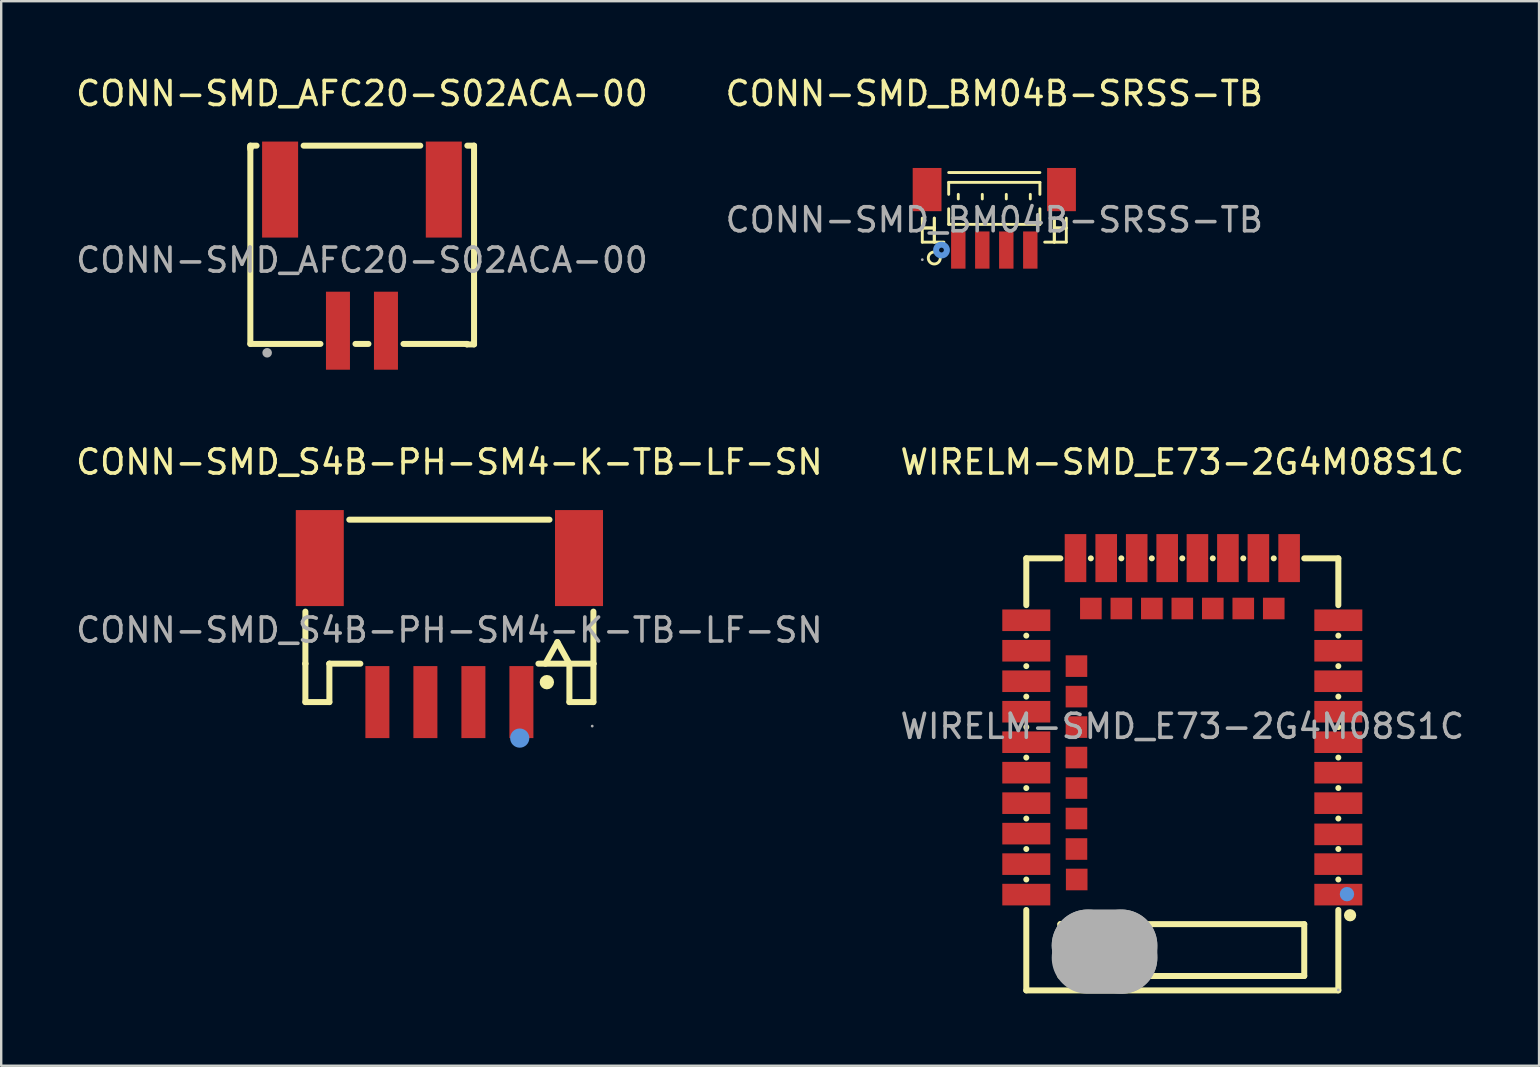
<source format=kicad_pcb>
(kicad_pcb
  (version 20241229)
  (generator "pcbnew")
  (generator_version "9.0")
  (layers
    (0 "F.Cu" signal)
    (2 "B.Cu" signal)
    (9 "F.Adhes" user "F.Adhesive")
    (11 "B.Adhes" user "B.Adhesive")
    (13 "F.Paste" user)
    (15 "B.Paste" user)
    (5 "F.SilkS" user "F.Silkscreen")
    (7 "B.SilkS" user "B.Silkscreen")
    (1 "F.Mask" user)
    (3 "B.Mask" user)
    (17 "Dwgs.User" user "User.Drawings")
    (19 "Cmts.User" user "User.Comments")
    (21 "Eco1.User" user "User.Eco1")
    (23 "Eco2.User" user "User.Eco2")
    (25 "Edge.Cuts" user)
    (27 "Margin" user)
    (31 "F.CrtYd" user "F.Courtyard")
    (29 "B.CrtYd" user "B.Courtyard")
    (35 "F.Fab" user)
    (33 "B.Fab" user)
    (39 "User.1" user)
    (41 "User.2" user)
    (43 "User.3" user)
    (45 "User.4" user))
  (footprint "WIRELM-SMD_E73-2G4M08S1C"
    (layer "F.Cu")
    (at 46.208 27.212)
    (property "Reference" "WIRELM-SMD_E73-2G4M08S1C" (at 0 -11.01 0) (layer "F.SilkS") (effects (font (size 1 1) (thickness 0.15))))
    (attr smd)
    (fp_line (start -6.5 -7) (end -6.5 -5.05) (stroke (width 0.25) (type solid)) (layer "F.SilkS"))
    (fp_line (start -6.5 -7) (end -5.08 -7) (stroke (width 0.25) (type solid)) (layer "F.SilkS"))
    (fp_line (start -6.5 -3.78) (end -6.5 -3.78) (stroke (width 0.25) (type solid)) (layer "F.SilkS"))
    (fp_line (start -6.5 -2.51) (end -6.5 -2.51) (stroke (width 0.25) (type solid)) (layer "F.SilkS"))
    (fp_line (start -6.5 -1.24) (end -6.5 -1.24) (stroke (width 0.25) (type solid)) (layer "F.SilkS"))
    (fp_line (start -6.5 0.03) (end -6.5 0.03) (stroke (width 0.25) (type solid)) (layer "F.SilkS"))
    (fp_line (start -6.5 1.3) (end -6.5 1.3) (stroke (width 0.25) (type solid)) (layer "F.SilkS"))
    (fp_line (start -6.5 2.57) (end -6.5 2.57) (stroke (width 0.25) (type solid)) (layer "F.SilkS"))
    (fp_line (start -6.5 3.84) (end -6.5 3.84) (stroke (width 0.25) (type solid)) (layer "F.SilkS"))
    (fp_line (start -6.5 5.11) (end -6.5 5.11) (stroke (width 0.25) (type solid)) (layer "F.SilkS"))
    (fp_line (start -6.5 6.38) (end -6.5 6.38) (stroke (width 0.25) (type solid)) (layer "F.SilkS"))
    (fp_line (start -6.5 7.65) (end -6.5 11) (stroke (width 0.25) (type solid)) (layer "F.SilkS"))
    (fp_line (start -5.08 8.24) (end 5.08 8.24) (stroke (width 0.25) (type solid)) (layer "F.SilkS"))
    (fp_line (start -5.08 10.4) (end -5.08 8.24) (stroke (width 0.25) (type solid)) (layer "F.SilkS"))
    (fp_line (start -3.81 -7) (end -3.81 -7) (stroke (width 0.25) (type solid)) (layer "F.SilkS"))
    (fp_line (start -2.54 -7) (end -2.54 -7) (stroke (width 0.25) (type solid)) (layer "F.SilkS"))
    (fp_line (start -1.27 -7) (end -1.27 -7) (stroke (width 0.25) (type solid)) (layer "F.SilkS"))
    (fp_line (start 0 -7) (end 0 -7) (stroke (width 0.25) (type solid)) (layer "F.SilkS"))
    (fp_line (start 1.27 -7) (end 1.27 -7) (stroke (width 0.25) (type solid)) (layer "F.SilkS"))
    (fp_line (start 2.54 -7) (end 2.54 -7) (stroke (width 0.25) (type solid)) (layer "F.SilkS"))
    (fp_line (start 3.81 -7) (end 3.81 -7) (stroke (width 0.25) (type solid)) (layer "F.SilkS"))
    (fp_line (start 5.08 -7) (end 6.5 -7) (stroke (width 0.25) (type solid)) (layer "F.SilkS"))
    (fp_line (start 5.08 8.24) (end 5.08 10.4) (stroke (width 0.25) (type solid)) (layer "F.SilkS"))
    (fp_line (start 5.08 10.4) (end -5.08 10.4) (stroke (width 0.25) (type solid)) (layer "F.SilkS"))
    (fp_line (start 6.5 -7) (end 6.5 -5.05) (stroke (width 0.25) (type solid)) (layer "F.SilkS"))
    (fp_line (start 6.5 -3.78) (end 6.5 -3.78) (stroke (width 0.25) (type solid)) (layer "F.SilkS"))
    (fp_line (start 6.5 -2.51) (end 6.5 -2.51) (stroke (width 0.25) (type solid)) (layer "F.SilkS"))
    (fp_line (start 6.5 -1.24) (end 6.5 -1.24) (stroke (width 0.25) (type solid)) (layer "F.SilkS"))
    (fp_line (start 6.5 0.03) (end 6.5 0.03) (stroke (width 0.25) (type solid)) (layer "F.SilkS"))
    (fp_line (start 6.5 1.3) (end 6.5 1.3) (stroke (width 0.25) (type solid)) (layer "F.SilkS"))
    (fp_line (start 6.5 2.57) (end 6.5 2.57) (stroke (width 0.25) (type solid)) (layer "F.SilkS"))
    (fp_line (start 6.5 3.84) (end 6.5 3.84) (stroke (width 0.25) (type solid)) (layer "F.SilkS"))
    (fp_line (start 6.5 5.11) (end 6.5 5.11) (stroke (width 0.25) (type solid)) (layer "F.SilkS"))
    (fp_line (start 6.5 6.38) (end 6.5 6.38) (stroke (width 0.25) (type solid)) (layer "F.SilkS"))
    (fp_line (start 6.5 7.65) (end 6.5 11) (stroke (width 0.25) (type solid)) (layer "F.SilkS"))
    (fp_line (start 6.5 11) (end -6.5 11) (stroke (width 0.25) (type solid)) (layer "F.SilkS"))
    (fp_circle (center 6.99 7.87) (end 7.12 7.87) (stroke (width 0.25) (type solid)) (fill no) (layer "F.SilkS"))
    (fp_circle (center 6.86 6.99) (end 7.01 6.99) (stroke (width 0.3) (type solid)) (fill no) (layer "Cmts.User"))
    (fp_line (start -3.94 9.13) (end -3.94 9.13) (stroke (width 3) (type solid)) (layer "F.Fab"))
    (fp_line (start -3.94 9.13) (end -2.54 9.13) (stroke (width 3) (type solid)) (layer "F.Fab"))
    (fp_line (start -2.54 9.13) (end -2.54 9.64) (stroke (width 3) (type solid)) (layer "F.Fab"))
    (fp_line (start -2.54 9.64) (end -3.94 9.64) (stroke (width 3) (type solid)) (layer "F.Fab"))
    (fp_circle (center 6.5 10.98) (end 6.53 10.98) (stroke (width 0.06) (type solid)) (fill no) (layer "F.Fab"))
    (fp_text user "${REFERENCE}" (at 0 0 0) (layer "F.Fab") (effects (font (size 1 1) (thickness 0.15))))
    (pad "1" smd rect (at 6.5 7.01 90) (size 0.9 2) (layers "F.Cu" "F.Mask" "F.Paste"))
    (pad "2" smd rect (at 6.5 5.74 90) (size 0.9 2) (layers "F.Cu" "F.Mask" "F.Paste"))
    (pad "3" smd rect (at 6.5 4.5 90) (size 0.9 2) (layers "F.Cu" "F.Mask" "F.Paste"))
    (pad "4" smd rect (at 6.5 3.2 90) (size 0.9 2) (layers "F.Cu" "F.Mask" "F.Paste"))
    (pad "5" smd rect (at 6.5 1.93 90) (size 0.9 2) (layers "F.Cu" "F.Mask" "F.Paste"))
    (pad "6" smd rect (at 6.5 0.66 90) (size 0.9 2) (layers "F.Cu" "F.Mask" "F.Paste"))
    (pad "7" smd rect (at 6.5 -0.61 90) (size 0.9 2) (layers "F.Cu" "F.Mask" "F.Paste"))
    (pad "8" smd rect (at 6.5 -1.88 90) (size 0.9 2) (layers "F.Cu" "F.Mask" "F.Paste"))
    (pad "9" smd rect (at 6.5 -3.15 90) (size 0.9 2) (layers "F.Cu" "F.Mask" "F.Paste"))
    (pad "10" smd rect (at 6.5 -4.42 90) (size 0.9 2) (layers "F.Cu" "F.Mask" "F.Paste"))
    (pad "11" smd rect (at 4.45 -7.01 180) (size 0.9 2) (layers "F.Cu" "F.Mask" "F.Paste"))
    (pad "12" smd rect (at 3.81 -4.91 180) (size 0.9 0.9) (layers "F.Cu" "F.Mask" "F.Paste"))
    (pad "13" smd rect (at 3.17 -7.01 180) (size 0.9 2) (layers "F.Cu" "F.Mask" "F.Paste"))
    (pad "14" smd rect (at 2.54 -4.91 180) (size 0.9 0.9) (layers "F.Cu" "F.Mask" "F.Paste"))
    (pad "15" smd rect (at 1.9 -7.01 180) (size 0.9 2) (layers "F.Cu" "F.Mask" "F.Paste"))
    (pad "16" smd rect (at 1.27 -4.91 180) (size 0.9 0.9) (layers "F.Cu" "F.Mask" "F.Paste"))
    (pad "17" smd rect (at 0.63 -7.01 180) (size 0.9 2) (layers "F.Cu" "F.Mask" "F.Paste"))
    (pad "18" smd rect (at 0 -4.91 180) (size 0.9 0.9) (layers "F.Cu" "F.Mask" "F.Paste"))
    (pad "19" smd rect (at -0.63 -7.01 180) (size 0.9 2) (layers "F.Cu" "F.Mask" "F.Paste"))
    (pad "20" smd rect (at -1.27 -4.91 180) (size 0.9 0.9) (layers "F.Cu" "F.Mask" "F.Paste"))
    (pad "21" smd rect (at -1.9 -7.01 180) (size 0.9 2) (layers "F.Cu" "F.Mask" "F.Paste"))
    (pad "22" smd rect (at -2.54 -4.91 180) (size 0.9 0.9) (layers "F.Cu" "F.Mask" "F.Paste"))
    (pad "23" smd rect (at -3.17 -7.01 180) (size 0.9 2) (layers "F.Cu" "F.Mask" "F.Paste"))
    (pad "24" smd rect (at -3.81 -4.91 180) (size 0.9 0.9) (layers "F.Cu" "F.Mask" "F.Paste"))
    (pad "25" smd rect (at -4.45 -7.01 180) (size 0.9 2) (layers "F.Cu" "F.Mask" "F.Paste"))
    (pad "26" smd rect (at -6.5 -4.42 270) (size 0.9 2) (layers "F.Cu" "F.Mask" "F.Paste"))
    (pad "27" smd rect (at -6.5 -3.15 270) (size 0.9 2) (layers "F.Cu" "F.Mask" "F.Paste"))
    (pad "28" smd rect (at -4.41 -2.51 270) (size 0.9 0.9) (layers "F.Cu" "F.Mask" "F.Paste"))
    (pad "29" smd rect (at -6.5 -1.88 270) (size 0.9 2) (layers "F.Cu" "F.Mask" "F.Paste"))
    (pad "30" smd rect (at -4.41 -1.24 270) (size 0.9 0.9) (layers "F.Cu" "F.Mask" "F.Paste"))
    (pad "31" smd rect (at -6.5 -0.61 270) (size 0.9 2) (layers "F.Cu" "F.Mask" "F.Paste"))
    (pad "32" smd rect (at -4.41 0.03 270) (size 0.9 0.9) (layers "F.Cu" "F.Mask" "F.Paste"))
    (pad "33" smd rect (at -6.5 0.66 270) (size 0.9 2) (layers "F.Cu" "F.Mask" "F.Paste"))
    (pad "34" smd rect (at -4.41 1.3 270) (size 0.9 0.9) (layers "F.Cu" "F.Mask" "F.Paste"))
    (pad "35" smd rect (at -6.5 1.93 270) (size 0.9 2) (layers "F.Cu" "F.Mask" "F.Paste"))
    (pad "36" smd rect (at -4.41 2.57 270) (size 0.9 0.9) (layers "F.Cu" "F.Mask" "F.Paste"))
    (pad "37" smd rect (at -6.5 3.2 270) (size 0.9 2) (layers "F.Cu" "F.Mask" "F.Paste"))
    (pad "38" smd rect (at -4.41 3.84 270) (size 0.9 0.9) (layers "F.Cu" "F.Mask" "F.Paste"))
    (pad "39" smd rect (at -6.5 4.47 270) (size 0.9 2) (layers "F.Cu" "F.Mask" "F.Paste"))
    (pad "40" smd rect (at -4.41 5.11 270) (size 0.9 0.9) (layers "F.Cu" "F.Mask" "F.Paste"))
    (pad "41" smd rect (at -6.5 5.74 270) (size 0.9 2) (layers "F.Cu" "F.Mask" "F.Paste"))
    (pad "42" smd rect (at -4.4 6.38 270) (size 0.9 0.9) (layers "F.Cu" "F.Mask" "F.Paste"))
    (pad "43" smd rect (at -6.5 7.01 270) (size 0.9 2) (layers "F.Cu" "F.Mask" "F.Paste")))
  (footprint "CONN-SMD_BM04B-SRSS-TB"
    (layer "F.Cu")
    (at 38.375 6.108)
    (property "Reference" "CONN-SMD_BM04B-SRSS-TB" (at 0 -5.26 0) (layer "F.SilkS") (effects (font (size 1 1) (thickness 0.15))))
    (attr smd)
    (fp_line (start -3 -0.07) (end -3 0.93) (stroke (width 0.12) (type solid)) (layer "F.SilkS"))
    (fp_line (start -3 0.34) (end -2.5 0.34) (stroke (width 0.12) (type solid)) (layer "F.SilkS"))
    (fp_line (start -3 0.93) (end -2.1 0.93) (stroke (width 0.12) (type solid)) (layer "F.SilkS"))
    (fp_line (start -2.5 -0.07) (end -2.5 0.93) (stroke (width 0.12) (type solid)) (layer "F.SilkS"))
    (fp_line (start -2.5 0.34) (end -3 0.34) (stroke (width 0.12) (type solid)) (layer "F.SilkS"))
    (fp_line (start -2.5 0.93) (end -2.5 -0.07) (stroke (width 0.12) (type solid)) (layer "F.SilkS"))
    (fp_line (start -1.9 -1.97) (end 1.9 -1.97) (stroke (width 0.12) (type solid)) (layer "F.SilkS"))
    (fp_line (start -1.9 -1.56) (end 1.9 -1.56) (stroke (width 0.12) (type solid)) (layer "F.SilkS"))
    (fp_line (start -1.9 -1.06) (end -1.9 -1.56) (stroke (width 0.12) (type solid)) (layer "F.SilkS"))
    (fp_line (start -1.9 -0.46) (end -1.9 0.19) (stroke (width 0.12) (type solid)) (layer "F.SilkS"))
    (fp_line (start -1.9 0.19) (end 1.9 0.19) (stroke (width 0.12) (type solid)) (layer "F.SilkS"))
    (fp_line (start -1.5 -1.06) (end -1.5 -0.87) (stroke (width 0.12) (type solid)) (layer "F.SilkS"))
    (fp_line (start -0.5 -1.06) (end -0.5 -0.87) (stroke (width 0.12) (type solid)) (layer "F.SilkS"))
    (fp_line (start 0.5 -1.06) (end 0.5 -0.87) (stroke (width 0.12) (type solid)) (layer "F.SilkS"))
    (fp_line (start 1.5 -1.06) (end 1.5 -0.87) (stroke (width 0.12) (type solid)) (layer "F.SilkS"))
    (fp_line (start 1.9 -1.56) (end 1.9 -1.06) (stroke (width 0.12) (type solid)) (layer "F.SilkS"))
    (fp_line (start 1.9 0.19) (end 1.9 -0.46) (stroke (width 0.12) (type solid)) (layer "F.SilkS"))
    (fp_line (start 2.5 -0.07) (end 2.5 0.93) (stroke (width 0.12) (type solid)) (layer "F.SilkS"))
    (fp_line (start 2.5 0.34) (end 3 0.34) (stroke (width 0.12) (type solid)) (layer "F.SilkS"))
    (fp_line (start 2.5 0.93) (end 2.5 -0.07) (stroke (width 0.12) (type solid)) (layer "F.SilkS"))
    (fp_line (start 3 -0.07) (end 3 0.93) (stroke (width 0.12) (type solid)) (layer "F.SilkS"))
    (fp_line (start 3 0.34) (end 2.5 0.34) (stroke (width 0.12) (type solid)) (layer "F.SilkS"))
    (fp_line (start 3 0.93) (end 2.1 0.93) (stroke (width 0.12) (type solid)) (layer "F.SilkS"))
    (fp_arc (start -2.25 1.6) (mid -2.7502 1.589998) (end -2.25 1.580005) (stroke (width 0.12) (type solid)) (layer "F.SilkS"))
    (fp_circle (center -2.2 1.26) (end -2.1 1.26) (stroke (width 0.25) (type solid)) (fill no) (layer "Cmts.User"))
    (fp_circle (center -3 1.66) (end -2.97 1.66) (stroke (width 0.06) (type solid)) (fill no) (layer "F.Fab"))
    (fp_text user "${REFERENCE}" (at 0 0 0) (layer "F.Fab") (effects (font (size 1 1) (thickness 0.15))))
    (pad "0" smd rect (at -2.8 -1.26) (size 1.2 1.8) (layers "F.Cu" "F.Mask" "F.Paste"))
    (pad "0" smd rect (at 2.8 -1.26) (size 1.2 1.8) (layers "F.Cu" "F.Mask" "F.Paste"))
    (pad "1" smd rect (at -1.5 1.26) (size 0.6 1.55) (layers "F.Cu" "F.Mask" "F.Paste"))
    (pad "2" smd rect (at -0.5 1.26) (size 0.6 1.55) (layers "F.Cu" "F.Mask" "F.Paste"))
    (pad "3" smd rect (at 0.5 1.26) (size 0.6 1.55) (layers "F.Cu" "F.Mask" "F.Paste"))
    (pad "4" smd rect (at 1.5 1.26) (size 0.6 1.55) (layers "F.Cu" "F.Mask" "F.Paste")))
  (footprint "CONN-SMD_AFC20-S02ACA-00"
    (layer "F.Cu")
    (at 12.03 7.788)
    (property "Reference" "CONN-SMD_AFC20-S02ACA-00" (at 0 -6.94 0) (layer "F.SilkS") (effects (font (size 1 1) (thickness 0.15))))
    (attr smd)
    (fp_line (start -4.65 -4.77) (end -4.65 -4.62) (stroke (width 0.25) (type solid)) (layer "F.SilkS"))
    (fp_line (start -4.65 -4.69) (end -4.65 3.49) (stroke (width 0.25) (type solid)) (layer "F.SilkS"))
    (fp_line (start -4.65 3.49) (end -1.73 3.49) (stroke (width 0.25) (type solid)) (layer "F.SilkS"))
    (fp_line (start -4.63 -4.69) (end -4.65 -4.69) (stroke (width 0.25) (type solid)) (layer "F.SilkS"))
    (fp_line (start -4.39 -4.77) (end -4.65 -4.77) (stroke (width 0.25) (type solid)) (layer "F.SilkS"))
    (fp_line (start -0.27 3.49) (end 0.27 3.49) (stroke (width 0.25) (type solid)) (layer "F.SilkS"))
    (fp_line (start 1.73 3.49) (end 4.37 3.49) (stroke (width 0.25) (type solid)) (layer "F.SilkS"))
    (fp_line (start 2.43 -4.77) (end -2.43 -4.77) (stroke (width 0.25) (type solid)) (layer "F.SilkS"))
    (fp_line (start 4.37 3.49) (end 4.37 3.51) (stroke (width 0.25) (type solid)) (layer "F.SilkS"))
    (fp_line (start 4.37 3.51) (end 4.67 3.51) (stroke (width 0.25) (type solid)) (layer "F.SilkS"))
    (fp_line (start 4.67 -4.77) (end 4.39 -4.77) (stroke (width 0.25) (type solid)) (layer "F.SilkS"))
    (fp_line (start 4.67 3.51) (end 4.67 -4.77) (stroke (width 0.25) (type solid)) (layer "F.SilkS"))
    (fp_circle (center -3.95 3.86) (end -3.85 3.86) (stroke (width 0.2) (type solid)) (fill no) (layer "F.Fab"))
    (fp_text user "${REFERENCE}" (at 0 0 0) (layer "F.Fab") (effects (font (size 1 1) (thickness 0.15))))
    (pad "1" smd rect (at -1 2.94) (size 1 3.25) (layers "F.Cu" "F.Mask" "F.Paste"))
    (pad "2" smd rect (at 1 2.94) (size 1 3.25) (layers "F.Cu" "F.Mask" "F.Paste"))
    (pad "3" smd rect (at 3.41 -2.94) (size 1.5 4) (layers "F.Cu" "F.Mask" "F.Paste"))
    (pad "4" smd rect (at -3.41 -2.94) (size 1.5 4) (layers "F.Cu" "F.Mask" "F.Paste")))
  (footprint "CONN-SMD_S4B-PH-SM4-K-TB-LF-SN"
    (layer "F.Cu")
    (at 15.673 23.201)
    (property "Reference" "CONN-SMD_S4B-PH-SM4-K-TB-LF-SN" (at 0 -7 0) (layer "F.SilkS") (effects (font (size 1 1) (thickness 0.15))))
    (attr smd)
    (fp_line (start -6 1.4) (end -6 -0.77) (stroke (width 0.25) (type solid)) (layer "F.SilkS"))
    (fp_line (start -6 1.4) (end -6 1.4) (stroke (width 0.25) (type solid)) (layer "F.SilkS"))
    (fp_line (start -6 3) (end -6 1.4) (stroke (width 0.25) (type solid)) (layer "F.SilkS"))
    (fp_line (start -5 1.4) (end -5 1.4) (stroke (width 0.25) (type solid)) (layer "F.SilkS"))
    (fp_line (start -5 1.4) (end -5 3) (stroke (width 0.25) (type solid)) (layer "F.SilkS"))
    (fp_line (start -5 3) (end -6 3) (stroke (width 0.25) (type solid)) (layer "F.SilkS"))
    (fp_line (start -4.17 -4.6) (end 4.17 -4.6) (stroke (width 0.25) (type solid)) (layer "F.SilkS"))
    (fp_line (start -3.71 1.4) (end -5 1.4) (stroke (width 0.25) (type solid)) (layer "F.SilkS"))
    (fp_line (start 4 1.4) (end 4.5 0.5) (stroke (width 0.25) (type solid)) (layer "F.SilkS"))
    (fp_line (start 4.5 0.5) (end 5 1.4) (stroke (width 0.25) (type solid)) (layer "F.SilkS"))
    (fp_line (start 5 3) (end 5 1.4) (stroke (width 0.25) (type solid)) (layer "F.SilkS"))
    (fp_line (start 6 1.4) (end 3.71 1.4) (stroke (width 0.25) (type solid)) (layer "F.SilkS"))
    (fp_line (start 6 1.4) (end 6 -0.77) (stroke (width 0.25) (type solid)) (layer "F.SilkS"))
    (fp_line (start 6 1.4) (end 6 1.4) (stroke (width 0.25) (type solid)) (layer "F.SilkS"))
    (fp_line (start 6 1.4) (end 6 3) (stroke (width 0.25) (type solid)) (layer "F.SilkS"))
    (fp_line (start 6 3) (end 5 3) (stroke (width 0.25) (type solid)) (layer "F.SilkS"))
    (fp_circle (center 4.06 2.17) (end 4.21 2.17) (stroke (width 0.3) (type solid)) (fill no) (layer "F.SilkS"))
    (fp_circle (center 2.93 4.5) (end 3.13 4.5) (stroke (width 0.4) (type solid)) (fill no) (layer "Cmts.User"))
    (fp_circle (center 5.95 4) (end 5.98 4) (stroke (width 0.06) (type solid)) (fill no) (layer "F.Fab"))
    (fp_text user "${REFERENCE}" (at 0 0 0) (layer "F.Fab") (effects (font (size 1 1) (thickness 0.15))))
    (pad "1" smd rect (at 3 3 90) (size 3 1) (layers "F.Cu" "F.Mask" "F.Paste"))
    (pad "2" smd rect (at 1 3 90) (size 3 1) (layers "F.Cu" "F.Mask" "F.Paste"))
    (pad "3" smd rect (at -1 3 90) (size 3 1) (layers "F.Cu" "F.Mask" "F.Paste"))
    (pad "4" smd rect (at -3 3 90) (size 3 1) (layers "F.Cu" "F.Mask" "F.Paste"))
    (pad "5" smd rect (at -5.4 -3 90) (size 4 2) (layers "F.Cu" "F.Mask" "F.Paste"))
    (pad "6" smd rect (at 5.4 -3 90) (size 4 2) (layers "F.Cu" "F.Mask" "F.Paste")))
  (gr_rect
    (start -3 -3)
    (end 61.071 41.352)
    (stroke (width 0.1) (type default))
    (fill no)
    (layer "Edge.Cuts")))
</source>
